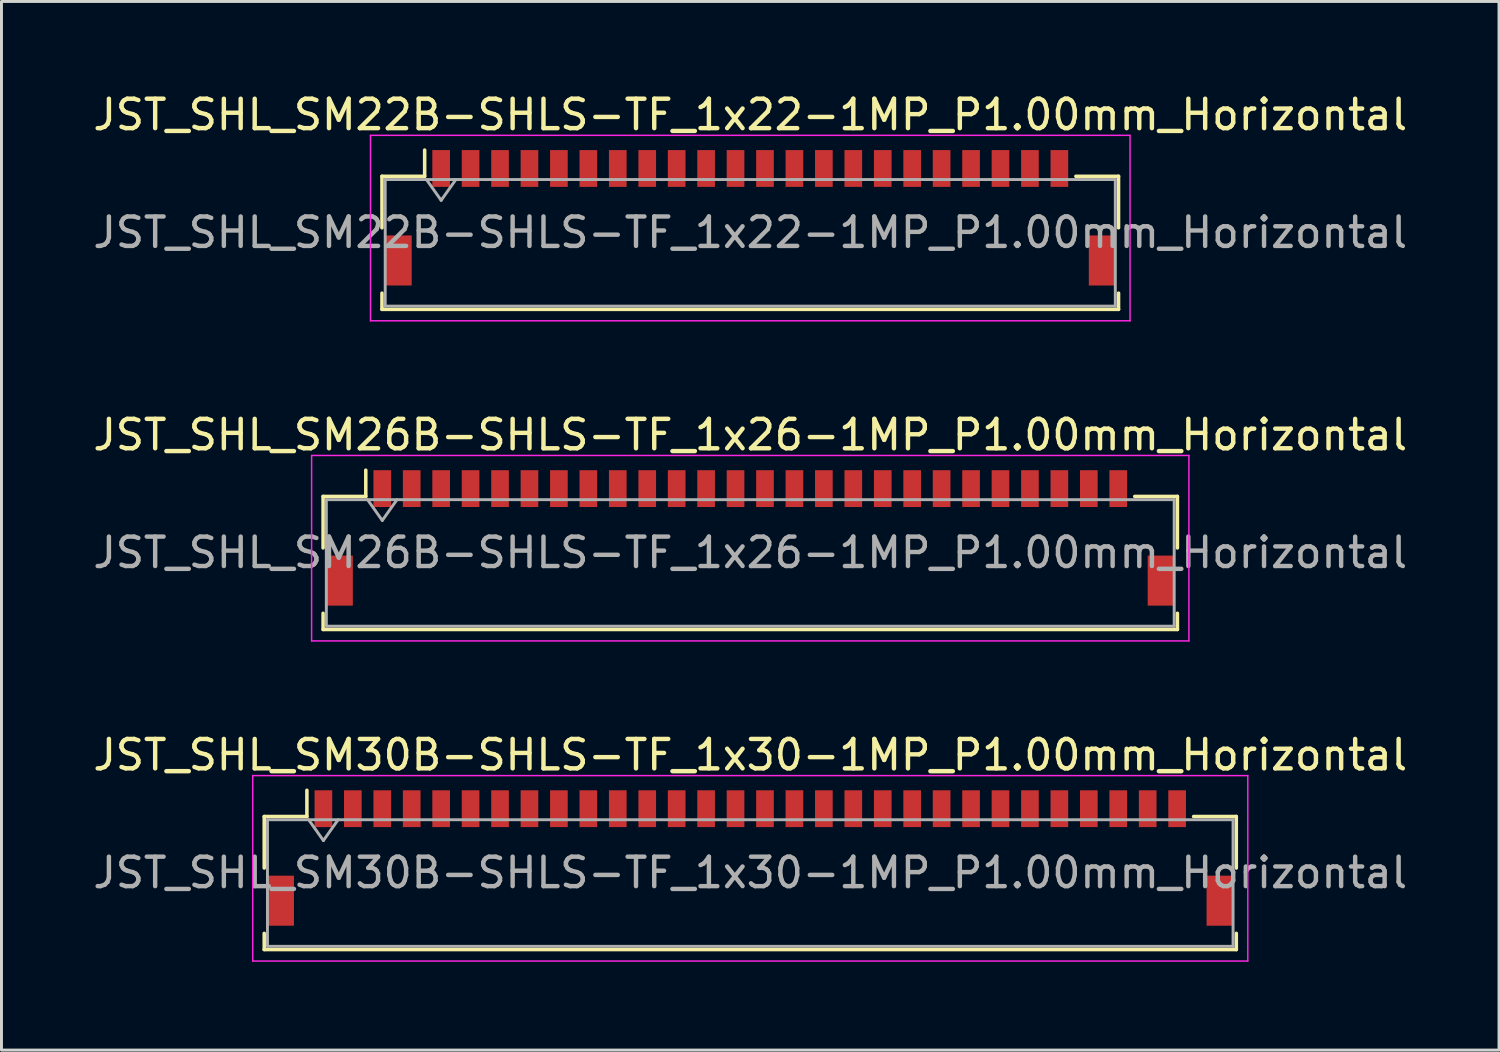
<source format=kicad_pcb>
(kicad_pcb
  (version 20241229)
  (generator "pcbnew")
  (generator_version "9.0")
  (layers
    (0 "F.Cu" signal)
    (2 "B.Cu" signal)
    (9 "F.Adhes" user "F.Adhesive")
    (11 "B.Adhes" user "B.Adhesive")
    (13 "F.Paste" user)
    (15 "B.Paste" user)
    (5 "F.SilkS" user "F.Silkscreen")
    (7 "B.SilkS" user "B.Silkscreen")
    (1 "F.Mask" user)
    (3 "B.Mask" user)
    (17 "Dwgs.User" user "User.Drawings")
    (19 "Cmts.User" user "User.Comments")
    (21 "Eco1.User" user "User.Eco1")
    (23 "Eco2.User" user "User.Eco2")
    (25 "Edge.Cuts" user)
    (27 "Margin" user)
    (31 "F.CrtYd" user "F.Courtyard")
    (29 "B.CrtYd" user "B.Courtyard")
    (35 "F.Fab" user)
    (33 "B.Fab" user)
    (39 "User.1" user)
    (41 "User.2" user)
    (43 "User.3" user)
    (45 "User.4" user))
  (footprint "JST_SHL_SM26B-SHLS-TF_1x26-1MP_P1.00mm_Horizontal"
    (layer "F.Cu")
    (at 22.435 15.222)
    (property "Reference" "JST_SHL_SM26B-SHLS-TF_1x26-1MP_P1.00mm_Horizontal" (at 0 -3.5 0) (layer "F.SilkS") (effects (font (size 1 1) (thickness 0.15))))
    (attr smd)
    (fp_line (start -14.51 -1.41) (end -13.06 -1.41) (stroke (width 0.12) (type solid)) (layer "F.SilkS"))
    (fp_line (start -14.51 0.34) (end -14.51 -1.41) (stroke (width 0.12) (type solid)) (layer "F.SilkS"))
    (fp_line (start -14.51 2.56) (end -14.51 3.11) (stroke (width 0.12) (type solid)) (layer "F.SilkS"))
    (fp_line (start -14.51 3.11) (end 14.51 3.11) (stroke (width 0.12) (type solid)) (layer "F.SilkS"))
    (fp_line (start -13.06 -1.41) (end -13.06 -2.3) (stroke (width 0.12) (type solid)) (layer "F.SilkS"))
    (fp_line (start 14.51 -1.41) (end 13.06 -1.41) (stroke (width 0.12) (type solid)) (layer "F.SilkS"))
    (fp_line (start 14.51 0.34) (end 14.51 -1.41) (stroke (width 0.12) (type solid)) (layer "F.SilkS"))
    (fp_line (start 14.51 3.11) (end 14.51 2.56) (stroke (width 0.12) (type solid)) (layer "F.SilkS"))
    (fp_line (start -14.9 -2.8) (end -14.9 3.5) (stroke (width 0.05) (type solid)) (layer "F.CrtYd"))
    (fp_line (start -14.9 3.5) (end 14.9 3.5) (stroke (width 0.05) (type solid)) (layer "F.CrtYd"))
    (fp_line (start 14.9 -2.8) (end -14.9 -2.8) (stroke (width 0.05) (type solid)) (layer "F.CrtYd"))
    (fp_line (start 14.9 3.5) (end 14.9 -2.8) (stroke (width 0.05) (type solid)) (layer "F.CrtYd"))
    (fp_line (start -14.4 -1.3) (end -14.4 3) (stroke (width 0.1) (type solid)) (layer "F.Fab"))
    (fp_line (start -14.4 -1.3) (end 14.4 -1.3) (stroke (width 0.1) (type solid)) (layer "F.Fab"))
    (fp_line (start -14.4 3) (end 14.4 3) (stroke (width 0.1) (type solid)) (layer "F.Fab"))
    (fp_line (start -13 -1.3) (end -12.5 -0.593) (stroke (width 0.1) (type solid)) (layer "F.Fab"))
    (fp_line (start -12.5 -0.593) (end -12 -1.3) (stroke (width 0.1) (type solid)) (layer "F.Fab"))
    (fp_line (start 14.4 -1.3) (end 14.4 3) (stroke (width 0.1) (type solid)) (layer "F.Fab"))
    (fp_text user "${REFERENCE}" (at 0 0.5 0) (layer "F.Fab") (effects (font (size 1 1) (thickness 0.15))))
    (pad "1" smd rect (at -12.5 -1.675) (size 0.6 1.25) (layers "F.Cu" "F.Mask" "F.Paste"))
    (pad "2" smd rect (at -11.5 -1.675) (size 0.6 1.25) (layers "F.Cu" "F.Mask" "F.Paste"))
    (pad "3" smd rect (at -10.5 -1.675) (size 0.6 1.25) (layers "F.Cu" "F.Mask" "F.Paste"))
    (pad "4" smd rect (at -9.5 -1.675) (size 0.6 1.25) (layers "F.Cu" "F.Mask" "F.Paste"))
    (pad "5" smd rect (at -8.5 -1.675) (size 0.6 1.25) (layers "F.Cu" "F.Mask" "F.Paste"))
    (pad "6" smd rect (at -7.5 -1.675) (size 0.6 1.25) (layers "F.Cu" "F.Mask" "F.Paste"))
    (pad "7" smd rect (at -6.5 -1.675) (size 0.6 1.25) (layers "F.Cu" "F.Mask" "F.Paste"))
    (pad "8" smd rect (at -5.5 -1.675) (size 0.6 1.25) (layers "F.Cu" "F.Mask" "F.Paste"))
    (pad "9" smd rect (at -4.5 -1.675) (size 0.6 1.25) (layers "F.Cu" "F.Mask" "F.Paste"))
    (pad "10" smd rect (at -3.5 -1.675) (size 0.6 1.25) (layers "F.Cu" "F.Mask" "F.Paste"))
    (pad "11" smd rect (at -2.5 -1.675) (size 0.6 1.25) (layers "F.Cu" "F.Mask" "F.Paste"))
    (pad "12" smd rect (at -1.5 -1.675) (size 0.6 1.25) (layers "F.Cu" "F.Mask" "F.Paste"))
    (pad "13" smd rect (at -0.5 -1.675) (size 0.6 1.25) (layers "F.Cu" "F.Mask" "F.Paste"))
    (pad "14" smd rect (at 0.5 -1.675) (size 0.6 1.25) (layers "F.Cu" "F.Mask" "F.Paste"))
    (pad "15" smd rect (at 1.5 -1.675) (size 0.6 1.25) (layers "F.Cu" "F.Mask" "F.Paste"))
    (pad "16" smd rect (at 2.5 -1.675) (size 0.6 1.25) (layers "F.Cu" "F.Mask" "F.Paste"))
    (pad "17" smd rect (at 3.5 -1.675) (size 0.6 1.25) (layers "F.Cu" "F.Mask" "F.Paste"))
    (pad "18" smd rect (at 4.5 -1.675) (size 0.6 1.25) (layers "F.Cu" "F.Mask" "F.Paste"))
    (pad "19" smd rect (at 5.5 -1.675) (size 0.6 1.25) (layers "F.Cu" "F.Mask" "F.Paste"))
    (pad "20" smd rect (at 6.5 -1.675) (size 0.6 1.25) (layers "F.Cu" "F.Mask" "F.Paste"))
    (pad "21" smd rect (at 7.5 -1.675) (size 0.6 1.25) (layers "F.Cu" "F.Mask" "F.Paste"))
    (pad "22" smd rect (at 8.5 -1.675) (size 0.6 1.25) (layers "F.Cu" "F.Mask" "F.Paste"))
    (pad "23" smd rect (at 9.5 -1.675) (size 0.6 1.25) (layers "F.Cu" "F.Mask" "F.Paste"))
    (pad "24" smd rect (at 10.5 -1.675) (size 0.6 1.25) (layers "F.Cu" "F.Mask" "F.Paste"))
    (pad "25" smd rect (at 11.5 -1.675) (size 0.6 1.25) (layers "F.Cu" "F.Mask" "F.Paste"))
    (pad "26" smd rect (at 12.5 -1.675) (size 0.6 1.25) (layers "F.Cu" "F.Mask" "F.Paste"))
    (pad "MP" smd rect (at -13.95 1.45) (size 0.9 1.7) (layers "F.Cu" "F.Mask" "F.Paste"))
    (pad "MP" smd rect (at 13.95 1.45) (size 0.9 1.7) (layers "F.Cu" "F.Mask" "F.Paste")))
  (footprint "JST_SHL_SM30B-SHLS-TF_1x30-1MP_P1.00mm_Horizontal"
    (layer "F.Cu")
    (at 22.435 26.095)
    (property "Reference" "JST_SHL_SM30B-SHLS-TF_1x30-1MP_P1.00mm_Horizontal" (at 0 -3.5 0) (layer "F.SilkS") (effects (font (size 1 1) (thickness 0.15))))
    (attr smd)
    (fp_line (start -16.51 -1.41) (end -15.06 -1.41) (stroke (width 0.12) (type solid)) (layer "F.SilkS"))
    (fp_line (start -16.51 0.34) (end -16.51 -1.41) (stroke (width 0.12) (type solid)) (layer "F.SilkS"))
    (fp_line (start -16.51 2.56) (end -16.51 3.11) (stroke (width 0.12) (type solid)) (layer "F.SilkS"))
    (fp_line (start -16.51 3.11) (end 16.51 3.11) (stroke (width 0.12) (type solid)) (layer "F.SilkS"))
    (fp_line (start -15.06 -1.41) (end -15.06 -2.3) (stroke (width 0.12) (type solid)) (layer "F.SilkS"))
    (fp_line (start 16.51 -1.41) (end 15.06 -1.41) (stroke (width 0.12) (type solid)) (layer "F.SilkS"))
    (fp_line (start 16.51 0.34) (end 16.51 -1.41) (stroke (width 0.12) (type solid)) (layer "F.SilkS"))
    (fp_line (start 16.51 3.11) (end 16.51 2.56) (stroke (width 0.12) (type solid)) (layer "F.SilkS"))
    (fp_line (start -16.9 -2.8) (end -16.9 3.5) (stroke (width 0.05) (type solid)) (layer "F.CrtYd"))
    (fp_line (start -16.9 3.5) (end 16.9 3.5) (stroke (width 0.05) (type solid)) (layer "F.CrtYd"))
    (fp_line (start 16.9 -2.8) (end -16.9 -2.8) (stroke (width 0.05) (type solid)) (layer "F.CrtYd"))
    (fp_line (start 16.9 3.5) (end 16.9 -2.8) (stroke (width 0.05) (type solid)) (layer "F.CrtYd"))
    (fp_line (start -16.4 -1.3) (end -16.4 3) (stroke (width 0.1) (type solid)) (layer "F.Fab"))
    (fp_line (start -16.4 -1.3) (end 16.4 -1.3) (stroke (width 0.1) (type solid)) (layer "F.Fab"))
    (fp_line (start -16.4 3) (end 16.4 3) (stroke (width 0.1) (type solid)) (layer "F.Fab"))
    (fp_line (start -15 -1.3) (end -14.5 -0.593) (stroke (width 0.1) (type solid)) (layer "F.Fab"))
    (fp_line (start -14.5 -0.593) (end -14 -1.3) (stroke (width 0.1) (type solid)) (layer "F.Fab"))
    (fp_line (start 16.4 -1.3) (end 16.4 3) (stroke (width 0.1) (type solid)) (layer "F.Fab"))
    (fp_text user "${REFERENCE}" (at 0 0.5 0) (layer "F.Fab") (effects (font (size 1 1) (thickness 0.15))))
    (pad "1" smd rect (at -14.5 -1.675) (size 0.6 1.25) (layers "F.Cu" "F.Mask" "F.Paste"))
    (pad "2" smd rect (at -13.5 -1.675) (size 0.6 1.25) (layers "F.Cu" "F.Mask" "F.Paste"))
    (pad "3" smd rect (at -12.5 -1.675) (size 0.6 1.25) (layers "F.Cu" "F.Mask" "F.Paste"))
    (pad "4" smd rect (at -11.5 -1.675) (size 0.6 1.25) (layers "F.Cu" "F.Mask" "F.Paste"))
    (pad "5" smd rect (at -10.5 -1.675) (size 0.6 1.25) (layers "F.Cu" "F.Mask" "F.Paste"))
    (pad "6" smd rect (at -9.5 -1.675) (size 0.6 1.25) (layers "F.Cu" "F.Mask" "F.Paste"))
    (pad "7" smd rect (at -8.5 -1.675) (size 0.6 1.25) (layers "F.Cu" "F.Mask" "F.Paste"))
    (pad "8" smd rect (at -7.5 -1.675) (size 0.6 1.25) (layers "F.Cu" "F.Mask" "F.Paste"))
    (pad "9" smd rect (at -6.5 -1.675) (size 0.6 1.25) (layers "F.Cu" "F.Mask" "F.Paste"))
    (pad "10" smd rect (at -5.5 -1.675) (size 0.6 1.25) (layers "F.Cu" "F.Mask" "F.Paste"))
    (pad "11" smd rect (at -4.5 -1.675) (size 0.6 1.25) (layers "F.Cu" "F.Mask" "F.Paste"))
    (pad "12" smd rect (at -3.5 -1.675) (size 0.6 1.25) (layers "F.Cu" "F.Mask" "F.Paste"))
    (pad "13" smd rect (at -2.5 -1.675) (size 0.6 1.25) (layers "F.Cu" "F.Mask" "F.Paste"))
    (pad "14" smd rect (at -1.5 -1.675) (size 0.6 1.25) (layers "F.Cu" "F.Mask" "F.Paste"))
    (pad "15" smd rect (at -0.5 -1.675) (size 0.6 1.25) (layers "F.Cu" "F.Mask" "F.Paste"))
    (pad "16" smd rect (at 0.5 -1.675) (size 0.6 1.25) (layers "F.Cu" "F.Mask" "F.Paste"))
    (pad "17" smd rect (at 1.5 -1.675) (size 0.6 1.25) (layers "F.Cu" "F.Mask" "F.Paste"))
    (pad "18" smd rect (at 2.5 -1.675) (size 0.6 1.25) (layers "F.Cu" "F.Mask" "F.Paste"))
    (pad "19" smd rect (at 3.5 -1.675) (size 0.6 1.25) (layers "F.Cu" "F.Mask" "F.Paste"))
    (pad "20" smd rect (at 4.5 -1.675) (size 0.6 1.25) (layers "F.Cu" "F.Mask" "F.Paste"))
    (pad "21" smd rect (at 5.5 -1.675) (size 0.6 1.25) (layers "F.Cu" "F.Mask" "F.Paste"))
    (pad "22" smd rect (at 6.5 -1.675) (size 0.6 1.25) (layers "F.Cu" "F.Mask" "F.Paste"))
    (pad "23" smd rect (at 7.5 -1.675) (size 0.6 1.25) (layers "F.Cu" "F.Mask" "F.Paste"))
    (pad "24" smd rect (at 8.5 -1.675) (size 0.6 1.25) (layers "F.Cu" "F.Mask" "F.Paste"))
    (pad "25" smd rect (at 9.5 -1.675) (size 0.6 1.25) (layers "F.Cu" "F.Mask" "F.Paste"))
    (pad "26" smd rect (at 10.5 -1.675) (size 0.6 1.25) (layers "F.Cu" "F.Mask" "F.Paste"))
    (pad "27" smd rect (at 11.5 -1.675) (size 0.6 1.25) (layers "F.Cu" "F.Mask" "F.Paste"))
    (pad "28" smd rect (at 12.5 -1.675) (size 0.6 1.25) (layers "F.Cu" "F.Mask" "F.Paste"))
    (pad "29" smd rect (at 13.5 -1.675) (size 0.6 1.25) (layers "F.Cu" "F.Mask" "F.Paste"))
    (pad "30" smd rect (at 14.5 -1.675) (size 0.6 1.25) (layers "F.Cu" "F.Mask" "F.Paste"))
    (pad "MP" smd rect (at -15.95 1.45) (size 0.9 1.7) (layers "F.Cu" "F.Mask" "F.Paste"))
    (pad "MP" smd rect (at 15.95 1.45) (size 0.9 1.7) (layers "F.Cu" "F.Mask" "F.Paste")))
  (footprint "JST_SHL_SM22B-SHLS-TF_1x22-1MP_P1.00mm_Horizontal"
    (layer "F.Cu")
    (at 22.435 4.348)
    (property "Reference" "JST_SHL_SM22B-SHLS-TF_1x22-1MP_P1.00mm_Horizontal" (at 0 -3.5 0) (layer "F.SilkS") (effects (font (size 1 1) (thickness 0.15))))
    (attr smd)
    (fp_line (start -12.51 -1.41) (end -11.06 -1.41) (stroke (width 0.12) (type solid)) (layer "F.SilkS"))
    (fp_line (start -12.51 0.34) (end -12.51 -1.41) (stroke (width 0.12) (type solid)) (layer "F.SilkS"))
    (fp_line (start -12.51 2.56) (end -12.51 3.11) (stroke (width 0.12) (type solid)) (layer "F.SilkS"))
    (fp_line (start -12.51 3.11) (end 12.51 3.11) (stroke (width 0.12) (type solid)) (layer "F.SilkS"))
    (fp_line (start -11.06 -1.41) (end -11.06 -2.3) (stroke (width 0.12) (type solid)) (layer "F.SilkS"))
    (fp_line (start 12.51 -1.41) (end 11.06 -1.41) (stroke (width 0.12) (type solid)) (layer "F.SilkS"))
    (fp_line (start 12.51 0.34) (end 12.51 -1.41) (stroke (width 0.12) (type solid)) (layer "F.SilkS"))
    (fp_line (start 12.51 3.11) (end 12.51 2.56) (stroke (width 0.12) (type solid)) (layer "F.SilkS"))
    (fp_line (start -12.9 -2.8) (end -12.9 3.5) (stroke (width 0.05) (type solid)) (layer "F.CrtYd"))
    (fp_line (start -12.9 3.5) (end 12.9 3.5) (stroke (width 0.05) (type solid)) (layer "F.CrtYd"))
    (fp_line (start 12.9 -2.8) (end -12.9 -2.8) (stroke (width 0.05) (type solid)) (layer "F.CrtYd"))
    (fp_line (start 12.9 3.5) (end 12.9 -2.8) (stroke (width 0.05) (type solid)) (layer "F.CrtYd"))
    (fp_line (start -12.4 -1.3) (end -12.4 3) (stroke (width 0.1) (type solid)) (layer "F.Fab"))
    (fp_line (start -12.4 -1.3) (end 12.4 -1.3) (stroke (width 0.1) (type solid)) (layer "F.Fab"))
    (fp_line (start -12.4 3) (end 12.4 3) (stroke (width 0.1) (type solid)) (layer "F.Fab"))
    (fp_line (start -11 -1.3) (end -10.5 -0.593) (stroke (width 0.1) (type solid)) (layer "F.Fab"))
    (fp_line (start -10.5 -0.593) (end -10 -1.3) (stroke (width 0.1) (type solid)) (layer "F.Fab"))
    (fp_line (start 12.4 -1.3) (end 12.4 3) (stroke (width 0.1) (type solid)) (layer "F.Fab"))
    (fp_text user "${REFERENCE}" (at 0 0.5 0) (layer "F.Fab") (effects (font (size 1 1) (thickness 0.15))))
    (pad "1" smd rect (at -10.5 -1.675) (size 0.6 1.25) (layers "F.Cu" "F.Mask" "F.Paste"))
    (pad "2" smd rect (at -9.5 -1.675) (size 0.6 1.25) (layers "F.Cu" "F.Mask" "F.Paste"))
    (pad "3" smd rect (at -8.5 -1.675) (size 0.6 1.25) (layers "F.Cu" "F.Mask" "F.Paste"))
    (pad "4" smd rect (at -7.5 -1.675) (size 0.6 1.25) (layers "F.Cu" "F.Mask" "F.Paste"))
    (pad "5" smd rect (at -6.5 -1.675) (size 0.6 1.25) (layers "F.Cu" "F.Mask" "F.Paste"))
    (pad "6" smd rect (at -5.5 -1.675) (size 0.6 1.25) (layers "F.Cu" "F.Mask" "F.Paste"))
    (pad "7" smd rect (at -4.5 -1.675) (size 0.6 1.25) (layers "F.Cu" "F.Mask" "F.Paste"))
    (pad "8" smd rect (at -3.5 -1.675) (size 0.6 1.25) (layers "F.Cu" "F.Mask" "F.Paste"))
    (pad "9" smd rect (at -2.5 -1.675) (size 0.6 1.25) (layers "F.Cu" "F.Mask" "F.Paste"))
    (pad "10" smd rect (at -1.5 -1.675) (size 0.6 1.25) (layers "F.Cu" "F.Mask" "F.Paste"))
    (pad "11" smd rect (at -0.5 -1.675) (size 0.6 1.25) (layers "F.Cu" "F.Mask" "F.Paste"))
    (pad "12" smd rect (at 0.5 -1.675) (size 0.6 1.25) (layers "F.Cu" "F.Mask" "F.Paste"))
    (pad "13" smd rect (at 1.5 -1.675) (size 0.6 1.25) (layers "F.Cu" "F.Mask" "F.Paste"))
    (pad "14" smd rect (at 2.5 -1.675) (size 0.6 1.25) (layers "F.Cu" "F.Mask" "F.Paste"))
    (pad "15" smd rect (at 3.5 -1.675) (size 0.6 1.25) (layers "F.Cu" "F.Mask" "F.Paste"))
    (pad "16" smd rect (at 4.5 -1.675) (size 0.6 1.25) (layers "F.Cu" "F.Mask" "F.Paste"))
    (pad "17" smd rect (at 5.5 -1.675) (size 0.6 1.25) (layers "F.Cu" "F.Mask" "F.Paste"))
    (pad "18" smd rect (at 6.5 -1.675) (size 0.6 1.25) (layers "F.Cu" "F.Mask" "F.Paste"))
    (pad "19" smd rect (at 7.5 -1.675) (size 0.6 1.25) (layers "F.Cu" "F.Mask" "F.Paste"))
    (pad "20" smd rect (at 8.5 -1.675) (size 0.6 1.25) (layers "F.Cu" "F.Mask" "F.Paste"))
    (pad "21" smd rect (at 9.5 -1.675) (size 0.6 1.25) (layers "F.Cu" "F.Mask" "F.Paste"))
    (pad "22" smd rect (at 10.5 -1.675) (size 0.6 1.25) (layers "F.Cu" "F.Mask" "F.Paste"))
    (pad "MP" smd rect (at -11.95 1.45) (size 0.9 1.7) (layers "F.Cu" "F.Mask" "F.Paste"))
    (pad "MP" smd rect (at 11.95 1.45) (size 0.9 1.7) (layers "F.Cu" "F.Mask" "F.Paste")))
  (gr_rect
    (start -3 -3)
    (end 47.869 32.62)
    (stroke (width 0.1) (type default))
    (fill no)
    (layer "Edge.Cuts")))
</source>
